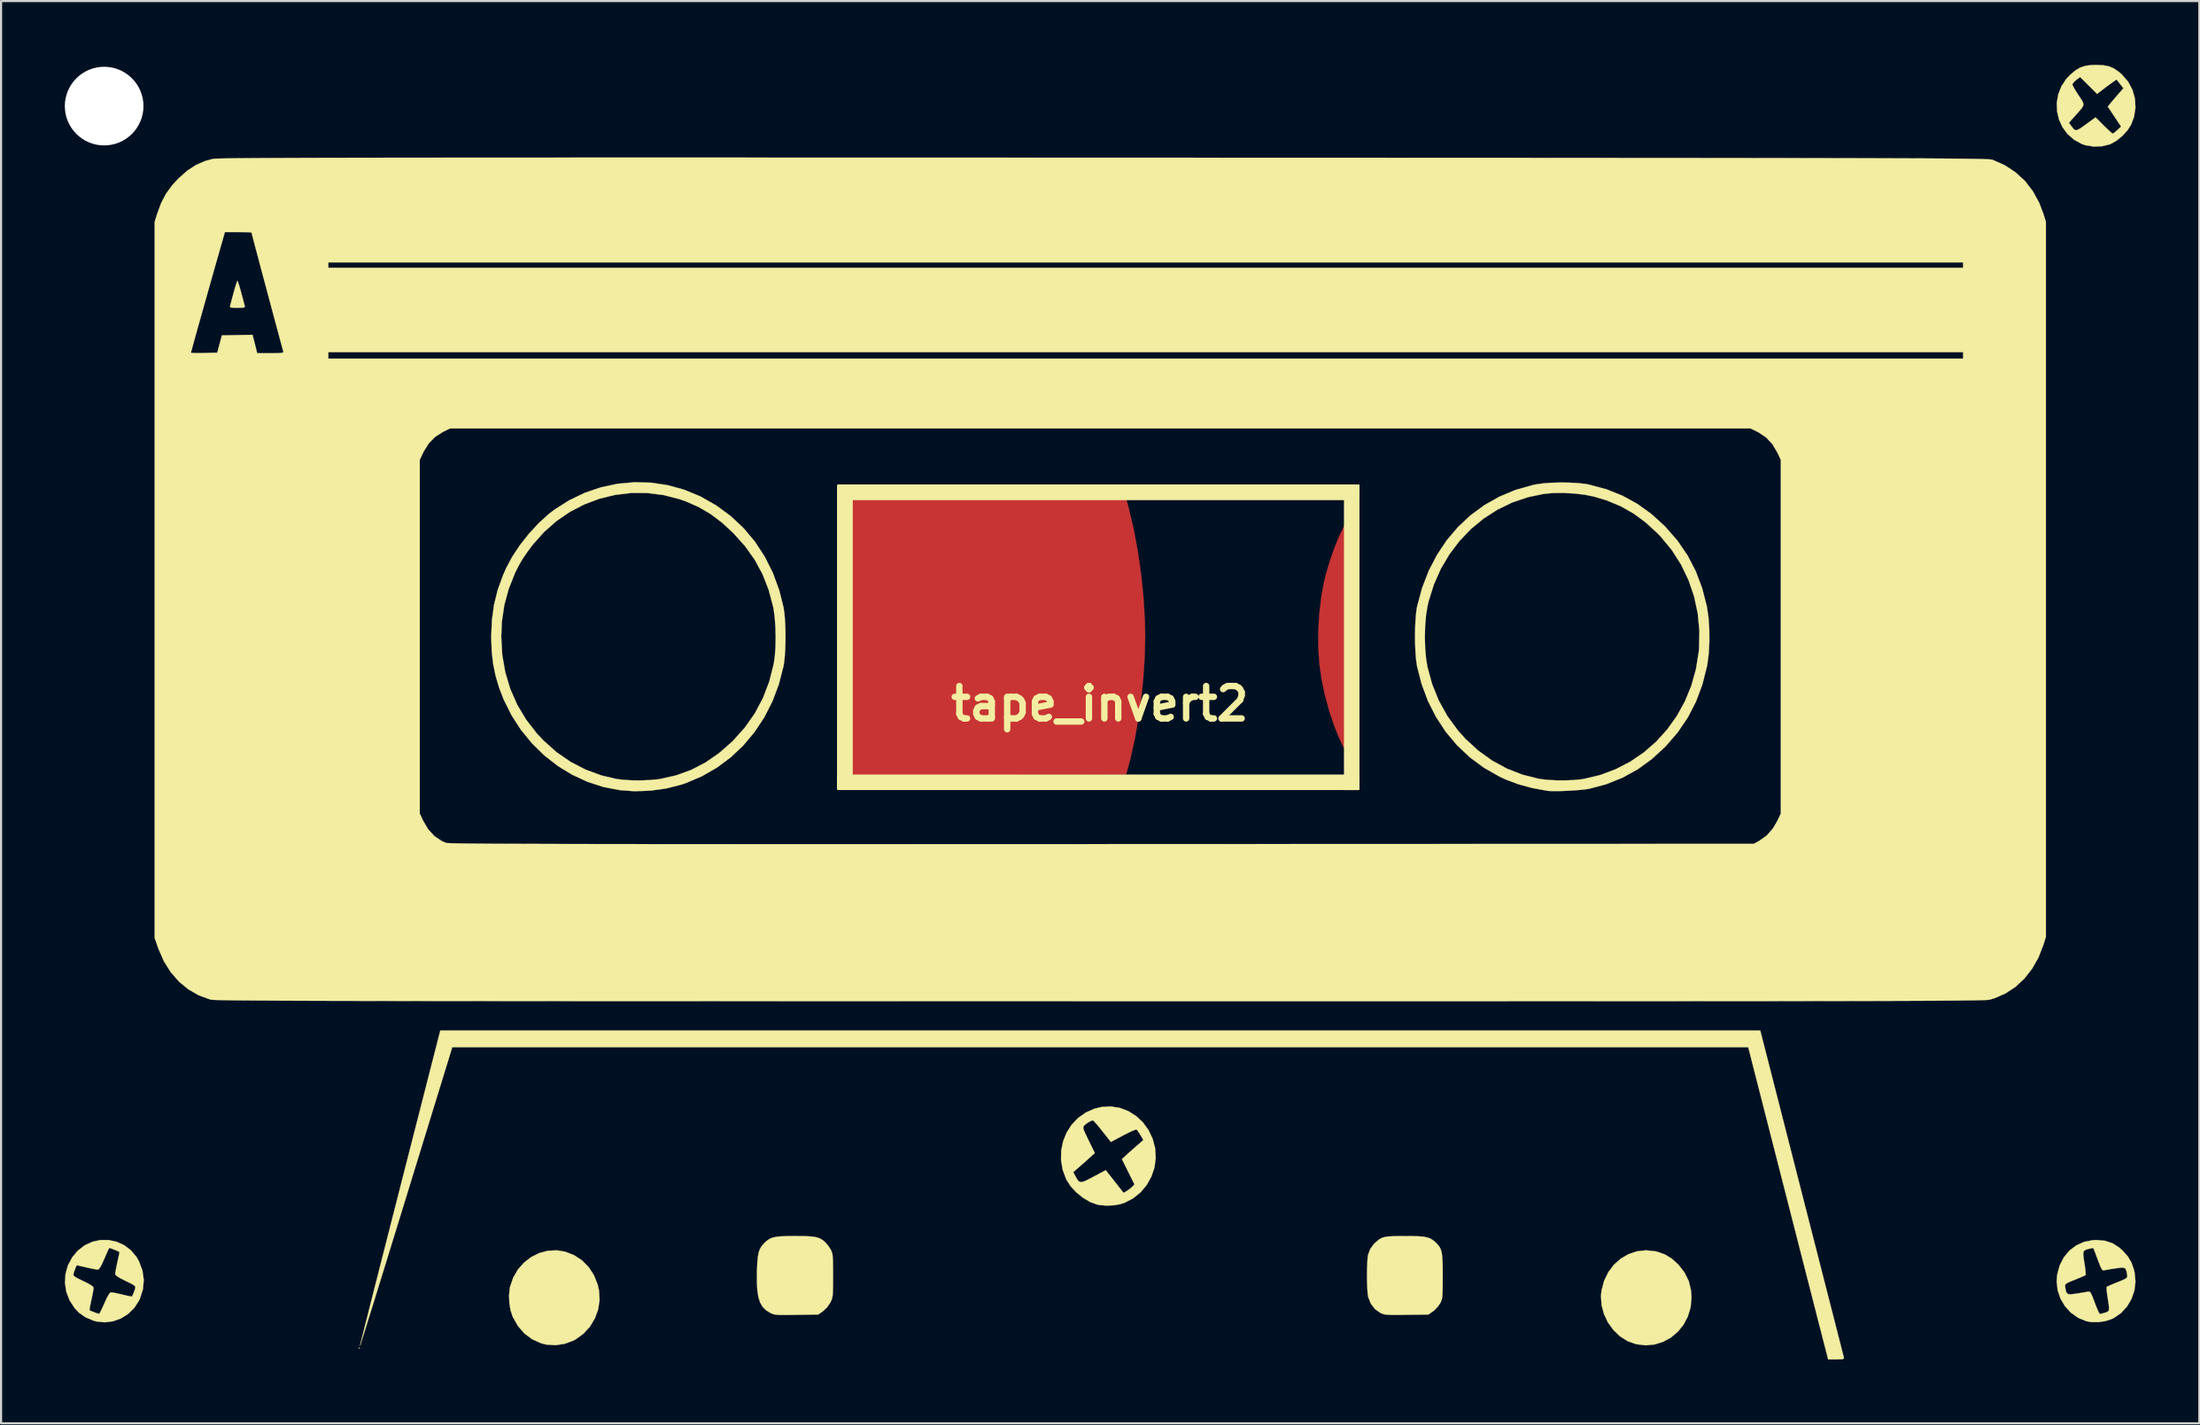
<source format=kicad_pcb>
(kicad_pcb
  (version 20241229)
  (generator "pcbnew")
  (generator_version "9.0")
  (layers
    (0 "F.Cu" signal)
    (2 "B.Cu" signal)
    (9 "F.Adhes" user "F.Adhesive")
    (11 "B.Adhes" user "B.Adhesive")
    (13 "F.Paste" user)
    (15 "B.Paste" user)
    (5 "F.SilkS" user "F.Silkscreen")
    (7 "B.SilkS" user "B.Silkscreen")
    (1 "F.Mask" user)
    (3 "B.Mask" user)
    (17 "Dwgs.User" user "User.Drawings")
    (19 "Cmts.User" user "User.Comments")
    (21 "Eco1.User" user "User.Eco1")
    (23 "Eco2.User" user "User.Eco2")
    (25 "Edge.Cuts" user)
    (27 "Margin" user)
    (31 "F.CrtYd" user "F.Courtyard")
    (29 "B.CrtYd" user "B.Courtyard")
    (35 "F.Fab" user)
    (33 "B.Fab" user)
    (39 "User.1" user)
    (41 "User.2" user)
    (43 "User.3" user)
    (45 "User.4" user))
  (footprint "tape_invert2"
    (layer "F.Cu")
    (at 48.69 30.062)
    (property "Reference" "tape_invert2" (at 0 0 0) (layer "F.SilkS") (effects (font (size 1.524 1.524) (thickness 0.3))))
    (attr through_hole)
    (fp_poly (pts (xy -5.23 -9.659) (xy 1.247 -9.646) (xy 1.362 -9.213) (xy 1.598 -8.213) (xy 1.796 -7.148) (xy 1.952 -6.045) (xy 2.064 -4.937) (xy 2.126 -3.852) (xy 2.138 -3.156) (xy 2.116 -2.23) (xy 2.054 -1.261) (xy 1.953 -0.277) (xy 1.818 0.698) (xy 1.653 1.637) (xy 1.459 2.515) (xy 1.359 2.901) (xy 1.24 3.334) (xy -5.234 3.347) (xy -11.707 3.36) (xy -11.707 -9.672) (xy -5.23 -9.659)) (stroke (width 0.01) (type solid)) (fill yes) (layer "F.Cu"))
    (fp_poly (pts (xy 11.55 -3.152) (xy 11.55 -2.426) (xy 11.55 -1.73) (xy 11.55 -1.07) (xy 11.549 -0.452) (xy 11.548 0.116) (xy 11.547 0.629) (xy 11.546 1.079) (xy 11.544 1.459) (xy 11.542 1.763) (xy 11.54 1.985) (xy 11.538 2.117) (xy 11.536 2.155) (xy 11.508 2.112) (xy 11.448 1.996) (xy 11.366 1.826) (xy 11.304 1.695) (xy 11.034 1.044) (xy 10.793 0.323) (xy 10.589 -0.434) (xy 10.432 -1.198) (xy 10.335 -1.877) (xy 10.284 -2.623) (xy 10.283 -3.421) (xy 10.331 -4.237) (xy 10.426 -5.038) (xy 10.542 -5.682) (xy 10.635 -6.065) (xy 10.76 -6.496) (xy 10.905 -6.944) (xy 11.06 -7.377) (xy 11.215 -7.764) (xy 11.323 -8) (xy 11.545 -8.458) (xy 11.55 -3.152)) (stroke (width 0.01) (type solid)) (fill yes) (layer "F.Cu"))
    (fp_poly (pts (xy 11.5 3.34) (xy -11.62 3.34) (xy -11.58 3.3) (xy -11.62 3.3) (xy -11.62 -9.58) (xy 11.5 -9.58)) (stroke (width 0.1) (type solid)) (fill yes) (layer "F.Mask"))
    (fp_poly (pts (xy -21.183 -8.579) (xy -20.987 -8.554) (xy -20.804 -8.519) (xy -20.585 -8.467) (xy -20.349 -8.405) (xy -20.118 -8.339) (xy -19.913 -8.275) (xy -19.755 -8.219) (xy -19.663 -8.177) (xy -19.648 -8.162) (xy -19.671 -8.108) (xy -19.732 -7.986) (xy -19.822 -7.817) (xy -19.881 -7.708) (xy -19.978 -7.519) (xy -20.049 -7.363) (xy -20.085 -7.261) (xy -20.085 -7.235) (xy -20.031 -7.19) (xy -19.911 -7.109) (xy -19.748 -7.007) (xy -19.687 -6.971) (xy -19.501 -6.861) (xy -19.338 -6.762) (xy -19.225 -6.693) (xy -19.208 -6.683) (xy -19.156 -6.656) (xy -19.111 -6.66) (xy -19.061 -6.709) (xy -18.991 -6.815) (xy -18.892 -6.994) (xy -18.846 -7.078) (xy -18.593 -7.545) (xy -18.228 -7.2) (xy -18.03 -7.002) (xy -17.825 -6.78) (xy -17.649 -6.573) (xy -17.608 -6.52) (xy -17.346 -6.126) (xy -17.1 -5.667) (xy -16.885 -5.174) (xy -16.712 -4.677) (xy -16.594 -4.207) (xy -16.564 -4.022) (xy -16.53 -3.767) (xy -17.561 -3.767) (xy -17.561 -2.545) (xy -16.53 -2.545) (xy -16.564 -2.29) (xy -16.687 -1.697) (xy -16.896 -1.093) (xy -17.179 -0.499) (xy -17.525 0.064) (xy -17.923 0.575) (xy -18.247 0.908) (xy -18.593 1.232) (xy -18.846 0.766) (xy -19.098 0.301) (xy -19.335 0.44) (xy -19.579 0.586) (xy -19.793 0.72) (xy -19.962 0.832) (xy -20.071 0.913) (xy -20.106 0.951) (xy -20.083 1.006) (xy -20.022 1.13) (xy -19.932 1.3) (xy -19.872 1.411) (xy -19.774 1.596) (xy -19.7 1.745) (xy -19.66 1.836) (xy -19.656 1.856) (xy -19.709 1.879) (xy -19.833 1.927) (xy -20.005 1.99) (xy -20.047 2.005) (xy -20.624 2.167) (xy -21.244 2.261) (xy -21.872 2.284) (xy -22.475 2.233) (xy -22.583 2.215) (xy -22.893 2.15) (xy -23.175 2.075) (xy -23.413 1.995) (xy -23.596 1.915) (xy -23.709 1.841) (xy -23.738 1.778) (xy -23.732 1.766) (xy -23.687 1.695) (xy -23.609 1.56) (xy -23.511 1.385) (xy -23.473 1.316) (xy -23.261 0.927) (xy -23.777 0.614) (xy -23.979 0.494) (xy -24.146 0.398) (xy -24.261 0.335) (xy -24.306 0.316) (xy -24.334 0.365) (xy -24.399 0.482) (xy -24.491 0.65) (xy -24.56 0.778) (xy -24.8 1.225) (xy -25.062 1.003) (xy -25.413 0.658) (xy -25.756 0.238) (xy -26.073 -0.235) (xy -26.348 -0.733) (xy -26.564 -1.232) (xy -26.6 -1.334) (xy -26.65 -1.499) (xy -26.707 -1.713) (xy -26.765 -1.947) (xy -26.816 -2.175) (xy -26.855 -2.368) (xy -26.875 -2.5) (xy -26.876 -2.525) (xy -26.829 -2.534) (xy -26.701 -2.54) (xy -26.515 -2.544) (xy -26.367 -2.545) (xy -25.858 -2.545) (xy -25.858 -3.767) (xy -26.877 -3.767) (xy -26.844 -3.983) (xy -26.705 -4.627) (xy -26.489 -5.259) (xy -26.206 -5.862) (xy -25.865 -6.421) (xy -25.475 -6.918) (xy -25.045 -7.336) (xy -24.985 -7.386) (xy -24.799 -7.534) (xy -24.559 -7.089) (xy -24.457 -6.899) (xy -24.374 -6.747) (xy -24.321 -6.652) (xy -24.308 -6.63) (xy -24.263 -6.65) (xy -24.148 -6.712) (xy -23.981 -6.808) (xy -23.779 -6.928) (xy -23.779 -6.928) (xy -23.261 -7.238) (xy -23.473 -7.628) (xy -23.575 -7.812) (xy -23.663 -7.966) (xy -23.723 -8.064) (xy -23.734 -8.081) (xy -23.738 -8.133) (xy -23.664 -8.192) (xy -23.55 -8.248) (xy -23.144 -8.392) (xy -22.672 -8.501) (xy -22.167 -8.571) (xy -21.66 -8.598) (xy -21.183 -8.579)) (stroke (width 0.01) (type solid)) (fill yes) (layer "F.Mask"))
    (fp_poly (pts (xy 21.976 -8.589) (xy 22.481 -8.54) (xy 22.967 -8.451) (xy 23.403 -8.326) (xy 23.593 -8.251) (xy 23.82 -8.151) (xy 23.596 -7.753) (xy 23.494 -7.569) (xy 23.412 -7.415) (xy 23.363 -7.315) (xy 23.355 -7.294) (xy 23.39 -7.252) (xy 23.491 -7.171) (xy 23.637 -7.065) (xy 23.809 -6.948) (xy 23.986 -6.832) (xy 24.149 -6.731) (xy 24.276 -6.658) (xy 24.348 -6.628) (xy 24.357 -6.629) (xy 24.384 -6.677) (xy 24.448 -6.794) (xy 24.539 -6.962) (xy 24.608 -7.089) (xy 24.849 -7.535) (xy 25.039 -7.385) (xy 25.395 -7.056) (xy 25.742 -6.647) (xy 26.066 -6.181) (xy 26.351 -5.679) (xy 26.583 -5.163) (xy 26.654 -4.969) (xy 26.703 -4.806) (xy 26.759 -4.595) (xy 26.816 -4.362) (xy 26.867 -4.136) (xy 26.906 -3.943) (xy 26.926 -3.812) (xy 26.927 -3.787) (xy 26.88 -3.778) (xy 26.752 -3.772) (xy 26.566 -3.768) (xy 26.418 -3.767) (xy 25.909 -3.767) (xy 25.909 -2.545) (xy 26.418 -2.545) (xy 26.632 -2.543) (xy 26.801 -2.538) (xy 26.905 -2.531) (xy 26.927 -2.525) (xy 26.914 -2.419) (xy 26.881 -2.243) (xy 26.833 -2.023) (xy 26.777 -1.788) (xy 26.719 -1.565) (xy 26.666 -1.381) (xy 26.651 -1.334) (xy 26.449 -0.838) (xy 26.185 -0.337) (xy 25.876 0.143) (xy 25.537 0.576) (xy 25.186 0.939) (xy 25.113 1.003) (xy 24.851 1.225) (xy 24.611 0.778) (xy 24.508 0.588) (xy 24.424 0.435) (xy 24.37 0.339) (xy 24.357 0.316) (xy 24.311 0.335) (xy 24.196 0.398) (xy 24.03 0.495) (xy 23.829 0.616) (xy 23.314 0.932) (xy 23.525 1.318) (xy 23.627 1.502) (xy 23.715 1.655) (xy 23.774 1.753) (xy 23.785 1.769) (xy 23.776 1.828) (xy 23.674 1.9) (xy 23.488 1.983) (xy 23.226 2.072) (xy 22.971 2.144) (xy 22.646 2.208) (xy 22.256 2.251) (xy 21.837 2.272) (xy 21.424 2.269) (xy 21.052 2.243) (xy 20.865 2.215) (xy 20.692 2.176) (xy 20.48 2.12) (xy 20.254 2.054) (xy 20.039 1.986) (xy 19.859 1.924) (xy 19.739 1.875) (xy 19.707 1.856) (xy 19.722 1.807) (xy 19.777 1.69) (xy 19.863 1.524) (xy 19.927 1.405) (xy 20.025 1.214) (xy 20.097 1.055) (xy 20.133 0.949) (xy 20.134 0.92) (xy 20.079 0.874) (xy 19.959 0.792) (xy 19.798 0.689) (xy 19.62 0.578) (xy 19.446 0.476) (xy 19.302 0.395) (xy 19.211 0.351) (xy 19.202 0.348) (xy 19.15 0.383) (xy 19.065 0.493) (xy 18.958 0.663) (xy 18.887 0.787) (xy 18.638 1.243) (xy 18.182 0.787) (xy 17.734 0.287) (xy 17.366 -0.238) (xy 17.077 -0.777) (xy 16.95 -1.079) (xy 16.828 -1.429) (xy 16.722 -1.788) (xy 16.644 -2.118) (xy 16.615 -2.29) (xy 16.581 -2.545) (xy 17.612 -2.545) (xy 17.612 -3.767) (xy 16.581 -3.767) (xy 16.615 -4.022) (xy 16.705 -4.471) (xy 16.856 -4.96) (xy 17.055 -5.459) (xy 17.289 -5.936) (xy 17.546 -6.362) (xy 17.659 -6.52) (xy 17.819 -6.715) (xy 18.019 -6.937) (xy 18.223 -7.146) (xy 18.278 -7.2) (xy 18.643 -7.544) (xy 18.89 -7.093) (xy 19.005 -6.897) (xy 19.104 -6.751) (xy 19.176 -6.67) (xy 19.202 -6.66) (xy 19.28 -6.695) (xy 19.415 -6.77) (xy 19.584 -6.869) (xy 19.764 -6.979) (xy 19.93 -7.085) (xy 20.06 -7.172) (xy 20.129 -7.226) (xy 20.134 -7.232) (xy 20.124 -7.295) (xy 20.073 -7.424) (xy 19.99 -7.598) (xy 19.932 -7.708) (xy 19.831 -7.894) (xy 19.753 -8.046) (xy 19.707 -8.141) (xy 19.699 -8.162) (xy 19.745 -8.194) (xy 19.87 -8.243) (xy 20.052 -8.303) (xy 20.271 -8.369) (xy 20.506 -8.434) (xy 20.737 -8.492) (xy 20.943 -8.537) (xy 21.038 -8.554) (xy 21.485 -8.595) (xy 21.976 -8.589)) (stroke (width 0.01) (type solid)) (fill yes) (layer "F.Mask"))
    (fp_poly (pts (xy -11.67 3.97) (xy -12.31 3.97) (xy -12.31 -10.27) (xy -11.67 -10.27)) (stroke (width 0.1) (type solid)) (fill yes) (layer "F.SilkS"))
    (fp_poly (pts (xy 12.16 4.01) (xy -12.31 4.01) (xy -12.31 3.38) (xy 12.16 3.38)) (stroke (width 0.1) (type solid)) (fill yes) (layer "F.SilkS"))
    (fp_poly (pts (xy 12.17 -9.63) (xy -12.26 -9.63) (xy -12.26 -10.27) (xy 12.17 -10.27)) (stroke (width 0.1) (type solid)) (fill yes) (layer "F.SilkS"))
    (fp_poly (pts (xy 12.17 4.01) (xy 11.54 4.01) (xy 11.54 -10.27) (xy 12.17 -10.27)) (stroke (width 0.1) (type solid)) (fill yes) (layer "F.SilkS"))
    (fp_poly (pts (xy -34.817 30.312) (xy -34.842 30.337) (xy -34.868 30.312) (xy -34.842 30.287) (xy -34.817 30.312)) (stroke (width 0.01) (type solid)) (fill yes) (layer "F.SilkS"))
    (fp_poly (pts (xy -40.546 -19.857) (xy -40.504 -19.732) (xy -40.449 -19.548) (xy -40.396 -19.355) (xy -40.335 -19.125) (xy -40.281 -18.925) (xy -40.242 -18.78) (xy -40.226 -18.719) (xy -40.224 -18.673) (xy -40.263 -18.646) (xy -40.362 -18.633) (xy -40.542 -18.63) (xy -40.569 -18.63) (xy -40.758 -18.632) (xy -40.866 -18.641) (xy -40.911 -18.665) (xy -40.915 -18.711) (xy -40.907 -18.745) (xy -40.807 -19.126) (xy -40.721 -19.44) (xy -40.651 -19.679) (xy -40.601 -19.835) (xy -40.572 -19.901) (xy -40.57 -19.903) (xy -40.546 -19.857)) (stroke (width 0.01) (type solid)) (fill yes) (layer "F.SilkS"))
    (fp_poly (pts (xy -25.163 25.776) (xy -24.735 25.941) (xy -24.358 26.188) (xy -24.041 26.509) (xy -23.792 26.893) (xy -23.619 27.332) (xy -23.557 27.61) (xy -23.532 28.061) (xy -23.601 28.505) (xy -23.756 28.926) (xy -23.989 29.31) (xy -24.293 29.641) (xy -24.659 29.905) (xy -24.767 29.962) (xy -25.178 30.114) (xy -25.607 30.177) (xy -26.032 30.15) (xy -26.286 30.087) (xy -26.708 29.896) (xy -27.071 29.624) (xy -27.376 29.269) (xy -27.62 28.837) (xy -27.718 28.542) (xy -27.775 28.193) (xy -27.789 27.829) (xy -27.755 27.492) (xy -27.742 27.43) (xy -27.595 26.999) (xy -27.373 26.617) (xy -27.087 26.293) (xy -26.749 26.032) (xy -26.372 25.844) (xy -25.967 25.736) (xy -25.545 25.715) (xy -25.163 25.776)) (stroke (width 0.01) (type solid)) (fill yes) (layer "F.SilkS"))
    (fp_poly (pts (xy 26.138 25.76) (xy 26.234 25.782) (xy 26.595 25.911) (xy 26.913 26.105) (xy 27.217 26.381) (xy 27.221 26.385) (xy 27.516 26.761) (xy 27.715 27.168) (xy 27.821 27.614) (xy 27.842 27.945) (xy 27.797 28.407) (xy 27.667 28.834) (xy 27.464 29.217) (xy 27.196 29.547) (xy 26.873 29.817) (xy 26.506 30.019) (xy 26.104 30.144) (xy 25.677 30.184) (xy 25.236 30.13) (xy 25.228 30.128) (xy 24.833 29.985) (xy 24.476 29.759) (xy 24.167 29.463) (xy 23.913 29.112) (xy 23.726 28.72) (xy 23.612 28.3) (xy 23.582 27.868) (xy 23.608 27.61) (xy 23.729 27.152) (xy 23.926 26.744) (xy 24.19 26.394) (xy 24.508 26.109) (xy 24.873 25.896) (xy 25.273 25.762) (xy 25.698 25.714) (xy 26.138 25.76)) (stroke (width 0.01) (type solid)) (fill yes) (layer "F.SilkS"))
    (fp_poly (pts (xy 14.746 25.047) (xy 15.038 25.057) (xy 15.262 25.078) (xy 15.434 25.114) (xy 15.57 25.168) (xy 15.687 25.244) (xy 15.797 25.339) (xy 15.903 25.446) (xy 15.985 25.55) (xy 16.045 25.667) (xy 16.086 25.81) (xy 16.113 25.997) (xy 16.128 26.241) (xy 16.135 26.558) (xy 16.136 26.917) (xy 16.135 27.274) (xy 16.133 27.545) (xy 16.127 27.746) (xy 16.116 27.893) (xy 16.098 28.001) (xy 16.073 28.085) (xy 16.039 28.163) (xy 16.017 28.204) (xy 15.9 28.373) (xy 15.743 28.533) (xy 15.682 28.581) (xy 15.466 28.734) (xy 14.439 28.748) (xy 14.088 28.753) (xy 13.823 28.753) (xy 13.627 28.75) (xy 13.484 28.74) (xy 13.379 28.723) (xy 13.294 28.698) (xy 13.215 28.663) (xy 13.191 28.651) (xy 12.946 28.474) (xy 12.755 28.224) (xy 12.636 27.925) (xy 12.627 27.889) (xy 12.603 27.714) (xy 12.587 27.465) (xy 12.577 27.167) (xy 12.574 26.847) (xy 12.579 26.532) (xy 12.591 26.248) (xy 12.61 26.021) (xy 12.627 25.917) (xy 12.729 25.652) (xy 12.906 25.406) (xy 13.131 25.21) (xy 13.257 25.14) (xy 13.348 25.105) (xy 13.454 25.08) (xy 13.594 25.062) (xy 13.784 25.052) (xy 14.042 25.047) (xy 14.369 25.045) (xy 14.746 25.047)) (stroke (width 0.01) (type solid)) (fill yes) (layer "F.SilkS"))
    (fp_poly (pts (xy -13.953 25.046) (xy -13.662 25.057) (xy -13.439 25.079) (xy -13.268 25.116) (xy -13.132 25.172) (xy -13.015 25.249) (xy -12.912 25.339) (xy -12.792 25.476) (xy -12.679 25.642) (xy -12.657 25.68) (xy -12.62 25.756) (xy -12.592 25.836) (xy -12.572 25.936) (xy -12.559 26.072) (xy -12.552 26.259) (xy -12.548 26.515) (xy -12.547 26.854) (xy -12.547 26.903) (xy -12.548 27.251) (xy -12.55 27.513) (xy -12.556 27.707) (xy -12.568 27.849) (xy -12.587 27.955) (xy -12.615 28.042) (xy -12.653 28.126) (xy -12.677 28.175) (xy -12.831 28.4) (xy -13.025 28.581) (xy -13.025 28.581) (xy -13.243 28.734) (xy -14.269 28.749) (xy -14.619 28.754) (xy -14.882 28.756) (xy -15.076 28.753) (xy -15.217 28.744) (xy -15.32 28.727) (xy -15.403 28.702) (xy -15.48 28.667) (xy -15.525 28.644) (xy -15.717 28.519) (xy -15.868 28.362) (xy -15.981 28.162) (xy -16.06 27.909) (xy -16.109 27.59) (xy -16.13 27.195) (xy -16.127 26.713) (xy -16.125 26.647) (xy -16.109 26.289) (xy -16.083 26.013) (xy -16.042 25.801) (xy -15.979 25.635) (xy -15.89 25.494) (xy -15.769 25.362) (xy -15.746 25.339) (xy -15.631 25.239) (xy -15.512 25.165) (xy -15.373 25.112) (xy -15.197 25.076) (xy -14.968 25.056) (xy -14.668 25.046) (xy -14.329 25.044) (xy -13.953 25.046)) (stroke (width 0.01) (type solid)) (fill yes) (layer "F.SilkS"))
    (fp_poly (pts (xy 0.025 15.373) (xy 31.076 15.373) (xy 33.031 23.02) (xy 33.251 23.882) (xy 33.465 24.718) (xy 33.671 25.522) (xy 33.867 26.289) (xy 34.052 27.014) (xy 34.225 27.691) (xy 34.385 28.315) (xy 34.53 28.881) (xy 34.658 29.382) (xy 34.768 29.814) (xy 34.86 30.172) (xy 34.931 30.45) (xy 34.98 30.642) (xy 35.006 30.743) (xy 35.009 30.757) (xy 35.01 30.803) (xy 34.971 30.83) (xy 34.872 30.843) (xy 34.694 30.846) (xy 34.652 30.846) (xy 34.271 30.846) (xy 34.031 29.918) (xy 33.989 29.752) (xy 33.923 29.494) (xy 33.835 29.152) (xy 33.727 28.732) (xy 33.602 28.242) (xy 33.46 27.687) (xy 33.303 27.076) (xy 33.134 26.415) (xy 32.953 25.711) (xy 32.764 24.97) (xy 32.567 24.201) (xy 32.365 23.41) (xy 32.159 22.604) (xy 32.151 22.575) (xy 30.511 16.161) (xy -30.463 16.161) (xy -32.627 23.195) (xy -32.879 24.013) (xy -33.123 24.805) (xy -33.357 25.564) (xy -33.579 26.285) (xy -33.789 26.962) (xy -33.983 27.591) (xy -34.161 28.166) (xy -34.321 28.681) (xy -34.461 29.13) (xy -34.579 29.51) (xy -34.675 29.813) (xy -34.745 30.036) (xy -34.788 30.171) (xy -34.804 30.215) (xy -34.793 30.165) (xy -34.758 30.022) (xy -34.701 29.791) (xy -34.622 29.477) (xy -34.524 29.087) (xy -34.407 28.625) (xy -34.274 28.096) (xy -34.124 27.507) (xy -33.96 26.863) (xy -33.784 26.168) (xy -33.595 25.429) (xy -33.397 24.65) (xy -33.189 23.838) (xy -32.974 22.997) (xy -32.921 22.787) (xy -31.025 15.373) (xy 0.025 15.373)) (stroke (width 0.01) (type solid)) (fill yes) (layer "F.SilkS"))
    (fp_poly (pts (xy 47.222 -30.042) (xy 47.497 -29.986) (xy 47.737 -29.879) (xy 47.974 -29.709) (xy 48.106 -29.591) (xy 48.39 -29.259) (xy 48.59 -28.88) (xy 48.703 -28.47) (xy 48.728 -28.044) (xy 48.661 -27.615) (xy 48.522 -27.246) (xy 48.351 -26.978) (xy 48.114 -26.72) (xy 47.843 -26.498) (xy 47.566 -26.34) (xy 47.517 -26.321) (xy 47.15 -26.231) (xy 46.759 -26.217) (xy 46.38 -26.278) (xy 46.209 -26.336) (xy 45.836 -26.54) (xy 45.531 -26.809) (xy 45.295 -27.129) (xy 45.2 -27.338) (xy 45.599 -27.338) (xy 45.703 -27.191) (xy 45.792 -27.071) (xy 45.866 -27.002) (xy 45.946 -26.985) (xy 46.049 -27.022) (xy 46.197 -27.115) (xy 46.399 -27.261) (xy 46.852 -27.591) (xy 47.235 -27.208) (xy 47.396 -27.051) (xy 47.531 -26.925) (xy 47.624 -26.846) (xy 47.657 -26.825) (xy 47.715 -26.857) (xy 47.816 -26.938) (xy 47.875 -26.991) (xy 48.053 -27.156) (xy 47.427 -28.097) (xy 47.548 -28.247) (xy 47.644 -28.362) (xy 47.778 -28.519) (xy 47.917 -28.679) (xy 48.163 -28.961) (xy 47.839 -29.371) (xy 47.678 -29.259) (xy 47.554 -29.17) (xy 47.386 -29.047) (xy 47.219 -28.921) (xy 46.922 -28.695) (xy 46.523 -29.092) (xy 46.123 -29.489) (xy 45.942 -29.351) (xy 45.832 -29.251) (xy 45.767 -29.163) (xy 45.761 -29.138) (xy 45.788 -29.066) (xy 45.86 -28.933) (xy 45.966 -28.759) (xy 46.048 -28.633) (xy 46.169 -28.452) (xy 46.248 -28.321) (xy 46.281 -28.218) (xy 46.264 -28.122) (xy 46.193 -28.01) (xy 46.066 -27.86) (xy 45.896 -27.671) (xy 45.599 -27.338) (xy 45.2 -27.338) (xy 45.131 -27.489) (xy 45.041 -27.873) (xy 45.027 -28.268) (xy 45.093 -28.662) (xy 45.239 -29.042) (xy 45.469 -29.392) (xy 45.642 -29.578) (xy 45.892 -29.791) (xy 46.127 -29.933) (xy 46.38 -30.016) (xy 46.681 -30.053) (xy 46.881 -30.057) (xy 47.222 -30.042)) (stroke (width 0.01) (type solid)) (fill yes) (layer "F.SilkS"))
    (fp_poly (pts (xy 0.942 19.012) (xy 1.344 19.165) (xy 1.71 19.395) (xy 2.031 19.694) (xy 2.294 20.056) (xy 2.491 20.471) (xy 2.606 20.908) (xy 2.635 21.371) (xy 2.574 21.823) (xy 2.428 22.251) (xy 2.208 22.643) (xy 1.92 22.986) (xy 1.572 23.267) (xy 1.174 23.474) (xy 0.949 23.547) (xy 0.654 23.597) (xy 0.318 23.61) (xy -0.004 23.584) (xy -0.121 23.562) (xy -0.448 23.443) (xy -0.781 23.247) (xy -1.094 22.995) (xy -1.363 22.707) (xy -1.562 22.404) (xy -1.576 22.375) (xy -1.702 22.036) (xy -1.247 22.036) (xy -1.151 22.215) (xy -1.068 22.363) (xy -0.994 22.459) (xy -0.913 22.502) (xy -0.806 22.495) (xy -0.655 22.437) (xy -0.442 22.33) (xy -0.295 22.252) (xy 0.282 21.944) (xy 0.702 22.478) (xy 1.122 23.012) (xy 1.277 22.921) (xy 1.417 22.824) (xy 1.533 22.721) (xy 1.635 22.613) (xy 1.339 22.018) (xy 1.043 21.423) (xy 1.247 21.236) (xy 1.391 21.105) (xy 1.573 20.943) (xy 1.752 20.787) (xy 2.053 20.525) (xy 1.917 20.293) (xy 1.83 20.156) (xy 1.759 20.058) (xy 1.731 20.03) (xy 1.67 20.041) (xy 1.538 20.094) (xy 1.354 20.179) (xy 1.137 20.289) (xy 1.103 20.307) (xy 0.525 20.615) (xy 0.122 20.106) (xy -0.032 19.914) (xy -0.166 19.756) (xy -0.266 19.645) (xy -0.318 19.598) (xy -0.321 19.597) (xy -0.417 19.627) (xy -0.548 19.699) (xy -0.674 19.789) (xy -0.727 19.839) (xy -0.762 19.884) (xy -0.776 19.934) (xy -0.765 20.006) (xy -0.724 20.117) (xy -0.648 20.284) (xy -0.532 20.525) (xy -0.525 20.537) (xy -0.233 21.136) (xy -0.435 21.321) (xy -0.577 21.449) (xy -0.758 21.61) (xy -0.938 21.768) (xy -0.942 21.771) (xy -1.247 22.036) (xy -1.702 22.036) (xy -1.744 21.923) (xy -1.821 21.466) (xy -1.812 21.014) (xy -1.722 20.58) (xy -1.557 20.174) (xy -1.322 19.807) (xy -1.022 19.49) (xy -0.663 19.235) (xy -0.251 19.052) (xy 0.072 18.972) (xy 0.514 18.945) (xy 0.942 19.012)) (stroke (width 0.01) (type solid)) (fill yes) (layer "F.SilkS"))
    (fp_poly (pts (xy -46.628 25.231) (xy -46.253 25.312) (xy -45.901 25.472) (xy -45.588 25.707) (xy -45.326 26.015) (xy -45.202 26.231) (xy -45.038 26.668) (xy -44.976 27.109) (xy -45.016 27.549) (xy -45.157 27.987) (xy -45.2 28.079) (xy -45.423 28.425) (xy -45.711 28.707) (xy -46.048 28.918) (xy -46.42 29.052) (xy -46.81 29.102) (xy -47.204 29.061) (xy -47.355 29.019) (xy -47.723 28.862) (xy -48.023 28.65) (xy -48.222 28.441) (xy -48.466 28.068) (xy -48.62 27.666) (xy -48.683 27.248) (xy -48.66 26.869) (xy -48.288 26.869) (xy -48.263 26.919) (xy -48.191 26.975) (xy -48.058 27.048) (xy -47.849 27.15) (xy -47.826 27.161) (xy -47.593 27.276) (xy -47.443 27.364) (xy -47.362 27.433) (xy -47.339 27.491) (xy -47.349 27.583) (xy -47.378 27.746) (xy -47.42 27.951) (xy -47.442 28.054) (xy -47.485 28.258) (xy -47.515 28.42) (xy -47.529 28.518) (xy -47.527 28.537) (xy -47.473 28.564) (xy -47.361 28.609) (xy -47.231 28.657) (xy -47.122 28.694) (xy -47.078 28.705) (xy -47.046 28.663) (xy -46.984 28.546) (xy -46.902 28.372) (xy -46.825 28.2) (xy -46.709 27.948) (xy -46.619 27.785) (xy -46.55 27.704) (xy -46.516 27.691) (xy -46.428 27.702) (xy -46.271 27.732) (xy -46.073 27.776) (xy -46.006 27.792) (xy -45.81 27.838) (xy -45.654 27.873) (xy -45.563 27.892) (xy -45.551 27.894) (xy -45.511 27.849) (xy -45.456 27.73) (xy -45.397 27.562) (xy -45.378 27.498) (xy -45.372 27.443) (xy -45.396 27.393) (xy -45.468 27.337) (xy -45.601 27.264) (xy -45.811 27.162) (xy -45.833 27.151) (xy -46.081 27.027) (xy -46.238 26.931) (xy -46.313 26.859) (xy -46.321 26.832) (xy -46.31 26.745) (xy -46.282 26.586) (xy -46.241 26.385) (xy -46.22 26.288) (xy -46.176 26.084) (xy -46.141 25.92) (xy -46.121 25.818) (xy -46.118 25.799) (xy -46.16 25.77) (xy -46.264 25.723) (xy -46.394 25.67) (xy -46.517 25.625) (xy -46.598 25.604) (xy -46.604 25.604) (xy -46.627 25.647) (xy -46.681 25.766) (xy -46.758 25.94) (xy -46.832 26.113) (xy -46.941 26.357) (xy -47.026 26.515) (xy -47.092 26.6) (xy -47.141 26.622) (xy -47.231 26.61) (xy -47.39 26.581) (xy -47.591 26.538) (xy -47.67 26.52) (xy -47.866 26.474) (xy -48.021 26.439) (xy -48.111 26.42) (xy -48.123 26.418) (xy -48.152 26.461) (xy -48.198 26.57) (xy -48.249 26.711) (xy -48.281 26.814) (xy -48.288 26.869) (xy -48.66 26.869) (xy -48.658 26.829) (xy -48.544 26.423) (xy -48.342 26.044) (xy -48.081 25.732) (xy -47.753 25.478) (xy -47.392 25.311) (xy -47.012 25.229) (xy -46.628 25.231)) (stroke (width 0.01) (type solid)) (fill yes) (layer "F.SilkS"))
    (fp_poly (pts (xy 47.287 25.264) (xy 47.642 25.379) (xy 47.963 25.582) (xy 48.123 25.725) (xy 48.37 26.002) (xy 48.541 26.292) (xy 48.658 26.63) (xy 48.689 26.767) (xy 48.729 27.19) (xy 48.678 27.606) (xy 48.543 28.001) (xy 48.332 28.358) (xy 48.053 28.662) (xy 47.715 28.897) (xy 47.62 28.944) (xy 47.318 29.043) (xy 46.978 29.093) (xy 46.644 29.09) (xy 46.419 29.049) (xy 46.03 28.889) (xy 45.692 28.649) (xy 45.413 28.345) (xy 45.203 27.989) (xy 45.069 27.596) (xy 45.048 27.41) (xy 45.416 27.41) (xy 45.43 27.496) (xy 45.462 27.645) (xy 45.505 27.736) (xy 45.579 27.778) (xy 45.705 27.782) (xy 45.906 27.758) (xy 45.973 27.747) (xy 46.183 27.715) (xy 46.365 27.684) (xy 46.486 27.662) (xy 46.505 27.658) (xy 46.555 27.656) (xy 46.6 27.686) (xy 46.649 27.765) (xy 46.711 27.908) (xy 46.795 28.129) (xy 46.81 28.17) (xy 46.893 28.385) (xy 46.967 28.558) (xy 47.024 28.673) (xy 47.053 28.708) (xy 47.127 28.695) (xy 47.255 28.661) (xy 47.295 28.65) (xy 47.387 28.619) (xy 47.448 28.581) (xy 47.48 28.518) (xy 47.485 28.413) (xy 47.468 28.247) (xy 47.43 28.003) (xy 47.417 27.92) (xy 47.388 27.716) (xy 47.372 27.551) (xy 47.373 27.45) (xy 47.379 27.432) (xy 47.44 27.4) (xy 47.572 27.342) (xy 47.75 27.268) (xy 47.822 27.239) (xy 48.056 27.145) (xy 48.21 27.077) (xy 48.3 27.022) (xy 48.34 26.968) (xy 48.345 26.902) (xy 48.331 26.817) (xy 48.299 26.667) (xy 48.256 26.576) (xy 48.182 26.534) (xy 48.056 26.53) (xy 47.856 26.555) (xy 47.788 26.565) (xy 47.578 26.597) (xy 47.397 26.628) (xy 47.276 26.65) (xy 47.257 26.654) (xy 47.207 26.656) (xy 47.161 26.624) (xy 47.111 26.542) (xy 47.048 26.396) (xy 46.962 26.17) (xy 46.956 26.154) (xy 46.876 25.941) (xy 46.809 25.765) (xy 46.763 25.648) (xy 46.746 25.609) (xy 46.693 25.61) (xy 46.575 25.635) (xy 46.5 25.654) (xy 46.393 25.687) (xy 46.322 25.728) (xy 46.283 25.793) (xy 46.273 25.899) (xy 46.288 26.065) (xy 46.325 26.308) (xy 46.343 26.418) (xy 46.371 26.617) (xy 46.386 26.775) (xy 46.385 26.868) (xy 46.38 26.881) (xy 46.32 26.913) (xy 46.189 26.97) (xy 46.012 27.044) (xy 45.939 27.073) (xy 45.705 27.167) (xy 45.551 27.235) (xy 45.461 27.29) (xy 45.421 27.344) (xy 45.416 27.41) (xy 45.048 27.41) (xy 45.021 27.179) (xy 45.045 26.868) (xy 45.161 26.431) (xy 45.355 26.05) (xy 45.617 25.732) (xy 45.939 25.485) (xy 46.312 25.317) (xy 46.728 25.236) (xy 46.881 25.229) (xy 47.287 25.264)) (stroke (width 0.01) (type solid)) (fill yes) (layer "F.SilkS"))
    (fp_poly (pts (xy -21.115 -10.402) (xy -20.331 -10.286) (xy -19.561 -10.074) (xy -18.812 -9.766) (xy -18.767 -9.744) (xy -18.03 -9.324) (xy -17.357 -8.828) (xy -16.752 -8.259) (xy -16.219 -7.622) (xy -15.761 -6.922) (xy -15.38 -6.162) (xy -15.081 -5.348) (xy -14.881 -4.554) (xy -14.834 -4.242) (xy -14.803 -3.857) (xy -14.787 -3.427) (xy -14.785 -2.98) (xy -14.798 -2.544) (xy -14.826 -2.148) (xy -14.869 -1.817) (xy -14.881 -1.758) (xy -15.099 -0.911) (xy -15.401 -0.111) (xy -15.783 0.637) (xy -16.239 1.328) (xy -16.765 1.956) (xy -17.356 2.516) (xy -18.008 3.002) (xy -18.716 3.409) (xy -19.476 3.733) (xy -19.701 3.808) (xy -20.398 3.985) (xy -21.135 4.087) (xy -21.88 4.114) (xy -22.568 4.065) (xy -23.35 3.915) (xy -24.103 3.67) (xy -24.823 3.337) (xy -25.501 2.922) (xy -26.131 2.43) (xy -26.707 1.867) (xy -27.222 1.238) (xy -27.668 0.55) (xy -28.039 -0.192) (xy -28.259 -0.762) (xy -28.425 -1.323) (xy -28.539 -1.877) (xy -28.604 -2.457) (xy -28.627 -3.095) (xy -28.628 -3.156) (xy -28.159 -3.156) (xy -28.111 -2.301) (xy -27.968 -1.48) (xy -27.732 -0.695) (xy -27.404 0.049) (xy -26.985 0.749) (xy -26.478 1.401) (xy -26.166 1.734) (xy -25.553 2.279) (xy -24.891 2.735) (xy -24.184 3.101) (xy -23.436 3.374) (xy -22.757 3.535) (xy -22.419 3.578) (xy -22.017 3.602) (xy -21.587 3.606) (xy -21.164 3.589) (xy -20.784 3.553) (xy -20.687 3.539) (xy -19.931 3.369) (xy -19.219 3.111) (xy -18.545 2.761) (xy -17.905 2.318) (xy -17.293 1.779) (xy -17.249 1.735) (xy -16.692 1.113) (xy -16.224 0.446) (xy -15.844 -0.271) (xy -15.55 -1.04) (xy -15.339 -1.867) (xy -15.338 -1.87) (xy -15.286 -2.233) (xy -15.255 -2.665) (xy -15.246 -3.134) (xy -15.258 -3.609) (xy -15.29 -4.06) (xy -15.343 -4.455) (xy -15.365 -4.568) (xy -15.577 -5.364) (xy -15.863 -6.095) (xy -16.231 -6.775) (xy -16.685 -7.414) (xy -17.23 -8.022) (xy -17.763 -8.517) (xy -18.301 -8.923) (xy -18.861 -9.253) (xy -19.465 -9.52) (xy -19.763 -9.625) (xy -20.518 -9.819) (xy -21.282 -9.917) (xy -22.046 -9.919) (xy -22.8 -9.828) (xy -23.538 -9.648) (xy -24.249 -9.381) (xy -24.927 -9.029) (xy -25.561 -8.596) (xy -26.144 -8.083) (xy -26.666 -7.494) (xy -26.695 -7.458) (xy -26.946 -7.121) (xy -27.146 -6.826) (xy -27.314 -6.542) (xy -27.469 -6.237) (xy -27.512 -6.145) (xy -27.809 -5.399) (xy -28.014 -4.644) (xy -28.129 -3.861) (xy -28.159 -3.156) (xy -28.628 -3.156) (xy -28.596 -3.935) (xy -28.496 -4.66) (xy -28.323 -5.358) (xy -28.071 -6.054) (xy -27.929 -6.378) (xy -27.641 -6.918) (xy -27.276 -7.468) (xy -26.855 -8.001) (xy -26.397 -8.496) (xy -25.923 -8.927) (xy -25.661 -9.129) (xy -24.963 -9.572) (xy -24.23 -9.924) (xy -23.471 -10.183) (xy -22.693 -10.35) (xy -21.906 -10.423) (xy -21.115 -10.402)) (stroke (width 0.01) (type solid)) (fill yes) (layer "F.SilkS"))
    (fp_poly (pts (xy 22.096 -10.404) (xy 22.508 -10.382) (xy 22.866 -10.341) (xy 23.008 -10.315) (xy 23.822 -10.098) (xy 24.581 -9.796) (xy 25.289 -9.408) (xy 25.954 -8.93) (xy 26.581 -8.359) (xy 26.619 -8.32) (xy 27.18 -7.675) (xy 27.653 -6.984) (xy 28.039 -6.241) (xy 28.341 -5.444) (xy 28.561 -4.588) (xy 28.567 -4.557) (xy 28.641 -4.056) (xy 28.679 -3.497) (xy 28.682 -2.917) (xy 28.65 -2.351) (xy 28.583 -1.837) (xy 28.567 -1.755) (xy 28.35 -0.899) (xy 28.052 -0.102) (xy 27.669 0.642) (xy 27.199 1.336) (xy 26.639 1.986) (xy 26.612 2.015) (xy 25.984 2.594) (xy 25.313 3.081) (xy 24.598 3.476) (xy 23.836 3.782) (xy 23.033 3.997) (xy 22.835 4.028) (xy 22.569 4.055) (xy 22.261 4.079) (xy 21.938 4.096) (xy 21.624 4.106) (xy 21.346 4.108) (xy 21.13 4.101) (xy 21.048 4.092) (xy 20.328 3.959) (xy 19.679 3.781) (xy 19.078 3.553) (xy 18.818 3.431) (xy 18.086 3.016) (xy 17.417 2.522) (xy 16.814 1.955) (xy 16.281 1.32) (xy 15.822 0.621) (xy 15.439 -0.136) (xy 15.138 -0.947) (xy 14.931 -1.758) (xy 14.886 -2.059) (xy 14.855 -2.431) (xy 14.838 -2.847) (xy 14.836 -3.141) (xy 15.296 -3.141) (xy 15.31 -2.621) (xy 15.352 -2.136) (xy 15.415 -1.744) (xy 15.641 -0.919) (xy 15.954 -0.146) (xy 16.355 0.576) (xy 16.843 1.245) (xy 17.209 1.653) (xy 17.807 2.202) (xy 18.455 2.668) (xy 19.147 3.046) (xy 19.874 3.332) (xy 20.629 3.523) (xy 20.717 3.539) (xy 21.058 3.58) (xy 21.459 3.602) (xy 21.884 3.605) (xy 22.295 3.59) (xy 22.657 3.555) (xy 22.768 3.538) (xy 23.544 3.353) (xy 24.278 3.078) (xy 24.967 2.72) (xy 25.604 2.285) (xy 26.184 1.777) (xy 26.702 1.204) (xy 27.154 0.571) (xy 27.532 -0.116) (xy 27.833 -0.85) (xy 28.051 -1.627) (xy 28.181 -2.44) (xy 28.195 -2.591) (xy 28.213 -3.429) (xy 28.135 -4.252) (xy 27.963 -5.052) (xy 27.7 -5.822) (xy 27.348 -6.552) (xy 26.911 -7.237) (xy 26.391 -7.867) (xy 26.242 -8.022) (xy 25.683 -8.534) (xy 25.11 -8.956) (xy 24.506 -9.297) (xy 23.851 -9.568) (xy 23.25 -9.749) (xy 22.821 -9.835) (xy 22.333 -9.893) (xy 21.824 -9.921) (xy 21.332 -9.916) (xy 20.915 -9.879) (xy 20.143 -9.721) (xy 19.406 -9.47) (xy 18.71 -9.133) (xy 18.061 -8.715) (xy 17.464 -8.223) (xy 16.926 -7.661) (xy 16.453 -7.036) (xy 16.049 -6.353) (xy 15.722 -5.618) (xy 15.477 -4.836) (xy 15.418 -4.581) (xy 15.35 -4.154) (xy 15.309 -3.663) (xy 15.296 -3.141) (xy 14.836 -3.141) (xy 14.835 -3.283) (xy 14.845 -3.711) (xy 14.869 -4.104) (xy 14.907 -4.437) (xy 14.933 -4.581) (xy 15.165 -5.442) (xy 15.476 -6.251) (xy 15.865 -7.002) (xy 16.325 -7.691) (xy 16.853 -8.314) (xy 17.445 -8.867) (xy 18.097 -9.346) (xy 18.804 -9.745) (xy 19.561 -10.061) (xy 20.366 -10.289) (xy 20.503 -10.318) (xy 20.831 -10.366) (xy 21.226 -10.397) (xy 21.658 -10.41) (xy 22.096 -10.404)) (stroke (width 0.01) (type solid)) (fill yes) (layer "F.SilkS"))
    (fp_poly (pts (xy -18.511 -25.697) (xy -16.726 -25.697) (xy -14.854 -25.696) (xy -12.893 -25.696) (xy -10.842 -25.696) (xy -8.698 -25.695) (xy -6.46 -25.695) (xy -4.126 -25.694) (xy -1.693 -25.693) (xy 0.189 -25.693) (xy 2.664 -25.692) (xy 5.039 -25.691) (xy 7.316 -25.69) (xy 9.498 -25.69) (xy 11.587 -25.689) (xy 13.584 -25.688) (xy 15.491 -25.687) (xy 17.311 -25.686) (xy 19.045 -25.686) (xy 20.697 -25.685) (xy 22.267 -25.684) (xy 23.758 -25.683) (xy 25.171 -25.682) (xy 26.51 -25.681) (xy 27.776 -25.68) (xy 28.97 -25.679) (xy 30.096 -25.678) (xy 31.155 -25.676) (xy 32.149 -25.675) (xy 33.08 -25.674) (xy 33.951 -25.672) (xy 34.763 -25.671) (xy 35.518 -25.669) (xy 36.219 -25.667) (xy 36.867 -25.665) (xy 37.465 -25.663) (xy 38.015 -25.661) (xy 38.518 -25.659) (xy 38.977 -25.657) (xy 39.394 -25.654) (xy 39.771 -25.652) (xy 40.109 -25.649) (xy 40.412 -25.646) (xy 40.68 -25.643) (xy 40.917 -25.64) (xy 41.124 -25.637) (xy 41.303 -25.634) (xy 41.456 -25.63) (xy 41.586 -25.626) (xy 41.694 -25.622) (xy 41.782 -25.618) (xy 41.853 -25.614) (xy 41.908 -25.609) (xy 41.95 -25.605) (xy 41.981 -25.6) (xy 42.002 -25.595) (xy 42.008 -25.593) (xy 42.582 -25.337) (xy 43.091 -25.002) (xy 43.533 -24.593) (xy 43.905 -24.111) (xy 44.205 -23.56) (xy 44.394 -23.059) (xy 44.514 -22.677) (xy 44.514 10.969) (xy 44.394 11.351) (xy 44.164 11.94) (xy 43.864 12.469) (xy 43.5 12.932) (xy 43.079 13.322) (xy 42.607 13.632) (xy 42.091 13.856) (xy 41.869 13.921) (xy 41.843 13.925) (xy 41.802 13.93) (xy 41.742 13.934) (xy 41.663 13.938) (xy 41.563 13.942) (xy 41.438 13.946) (xy 41.287 13.949) (xy 41.109 13.953) (xy 40.901 13.956) (xy 40.661 13.959) (xy 40.387 13.962) (xy 40.077 13.965) (xy 39.73 13.967) (xy 39.342 13.97) (xy 38.912 13.972) (xy 38.439 13.974) (xy 37.919 13.976) (xy 37.351 13.978) (xy 36.733 13.98) (xy 36.064 13.982) (xy 35.34 13.983) (xy 34.56 13.985) (xy 33.722 13.986) (xy 32.824 13.987) (xy 31.863 13.989) (xy 30.839 13.99) (xy 29.748 13.99) (xy 28.589 13.991) (xy 27.36 13.992) (xy 26.059 13.993) (xy 24.684 13.993) (xy 23.232 13.994) (xy 21.702 13.994) (xy 20.091 13.994) (xy 18.399 13.995) (xy 16.622 13.995) (xy 14.758 13.995) (xy 12.806 13.995) (xy 10.764 13.995) (xy 8.63 13.995) (xy 6.401 13.995) (xy 4.075 13.995) (xy 1.651 13.995) (xy 0.002 13.995) (xy -2.493 13.994) (xy -4.888 13.994) (xy -7.185 13.994) (xy -9.387 13.994) (xy -11.494 13.993) (xy -13.51 13.993) (xy -15.436 13.992) (xy -17.275 13.992) (xy -19.027 13.991) (xy -20.696 13.991) (xy -22.283 13.99) (xy -23.79 13.99) (xy -25.219 13.989) (xy -26.573 13.988) (xy -27.852 13.987) (xy -29.06 13.986) (xy -30.198 13.985) (xy -31.268 13.984) (xy -32.273 13.983) (xy -33.214 13.981) (xy -34.093 13.98) (xy -34.912 13.978) (xy -35.673 13.977) (xy -36.378 13.975) (xy -37.03 13.973) (xy -37.63 13.971) (xy -38.18 13.969) (xy -38.682 13.967) (xy -39.139 13.964) (xy -39.552 13.962) (xy -39.922 13.959) (xy -40.254 13.957) (xy -40.547 13.954) (xy -40.804 13.951) (xy -41.028 13.947) (xy -41.22 13.944) (xy -41.382 13.941) (xy -41.517 13.937) (xy -41.625 13.933) (xy -41.71 13.929) (xy -41.773 13.925) (xy -41.816 13.921) (xy -41.841 13.916) (xy -42.384 13.719) (xy -42.88 13.434) (xy -43.324 13.067) (xy -43.71 12.624) (xy -44.032 12.109) (xy -44.286 11.529) (xy -44.294 11.504) (xy -44.463 11.02) (xy -44.463 -11.478) (xy -31.992 -11.478) (xy -31.992 5.167) (xy -31.832 5.504) (xy -31.593 5.909) (xy -31.301 6.227) (xy -30.956 6.459) (xy -30.751 6.547) (xy -30.722 6.552) (xy -30.662 6.556) (xy -30.569 6.56) (xy -30.439 6.564) (xy -30.272 6.568) (xy -30.064 6.572) (xy -29.815 6.575) (xy -29.52 6.578) (xy -29.179 6.581) (xy -28.79 6.584) (xy -28.35 6.587) (xy -27.856 6.589) (xy -27.308 6.591) (xy -26.702 6.593) (xy -26.036 6.595) (xy -25.309 6.597) (xy -24.519 6.598) (xy -23.662 6.6) (xy -22.737 6.601) (xy -21.742 6.602) (xy -20.675 6.603) (xy -19.533 6.603) (xy -18.315 6.604) (xy -17.018 6.605) (xy -15.64 6.605) (xy -14.178 6.605) (xy -12.632 6.605) (xy -10.998 6.605) (xy -9.275 6.605) (xy -7.46 6.604) (xy -5.551 6.604) (xy -3.546 6.604) (xy -1.443 6.603) (xy 0.102 6.602) (xy 30.77 6.592) (xy 31.039 6.443) (xy 31.384 6.194) (xy 31.674 5.863) (xy 31.882 5.507) (xy 32.043 5.167) (xy 32.043 -11.478) (xy 31.882 -11.818) (xy 31.647 -12.214) (xy 31.355 -12.528) (xy 30.999 -12.767) (xy 30.956 -12.789) (xy 30.62 -12.955) (xy -30.569 -12.955) (xy -30.905 -12.789) (xy -31.268 -12.558) (xy -31.567 -12.253) (xy -31.807 -11.867) (xy -31.831 -11.818) (xy -31.992 -11.478) (xy -44.463 -11.478) (xy -44.463 -16.517) (xy -42.758 -16.517) (xy -42.71 -16.507) (xy -42.58 -16.501) (xy -42.388 -16.5) (xy -42.152 -16.503) (xy -42.139 -16.503) (xy -41.52 -16.518) (xy -41.41 -16.925) (xy -41.301 -17.332) (xy -40.581 -17.346) (xy -39.861 -17.36) (xy -39.81 -17.168) (xy -39.765 -16.994) (xy -39.715 -16.794) (xy -39.7 -16.734) (xy -39.64 -16.492) (xy -39.012 -16.492) (xy -38.738 -16.495) (xy -38.553 -16.503) (xy -38.447 -16.518) (xy -38.406 -16.542) (xy -38.406 -16.543) (xy -36.293 -16.543) (xy -36.293 -16.238) (xy 40.62 -16.238) (xy 40.62 -16.543) (xy -36.293 -16.543) (xy -38.406 -16.543) (xy -38.406 -16.556) (xy -38.423 -16.617) (xy -38.464 -16.765) (xy -38.524 -16.988) (xy -38.602 -17.277) (xy -38.694 -17.62) (xy -38.798 -18.007) (xy -38.911 -18.427) (xy -39.029 -18.869) (xy -39.151 -19.323) (xy -39.272 -19.778) (xy -39.391 -20.223) (xy -39.505 -20.647) (xy -39.537 -20.768) (xy -36.293 -20.768) (xy -36.293 -20.513) (xy 40.62 -20.513) (xy 40.62 -20.768) (xy -36.293 -20.768) (xy -39.537 -20.768) (xy -39.609 -21.041) (xy -39.703 -21.392) (xy -39.782 -21.691) (xy -39.844 -21.927) (xy -39.886 -22.089) (xy -39.906 -22.166) (xy -39.907 -22.171) (xy -39.955 -22.18) (xy -40.085 -22.187) (xy -40.278 -22.191) (xy -40.514 -22.193) (xy -40.533 -22.193) (xy -41.159 -22.193) (xy -41.505 -20.984) (xy -41.626 -20.559) (xy -41.754 -20.108) (xy -41.885 -19.644) (xy -42.017 -19.176) (xy -42.147 -18.715) (xy -42.272 -18.271) (xy -42.389 -17.855) (xy -42.495 -17.476) (xy -42.587 -17.146) (xy -42.662 -16.875) (xy -42.717 -16.673) (xy -42.75 -16.55) (xy -42.758 -16.517) (xy -44.463 -16.517) (xy -44.463 -22.677) (xy -44.343 -23.059) (xy -44.159 -23.558) (xy -43.933 -23.991) (xy -43.646 -24.387) (xy -43.345 -24.714) (xy -42.941 -25.073) (xy -42.534 -25.342) (xy -42.106 -25.532) (xy -41.732 -25.634) (xy -41.7 -25.638) (xy -41.647 -25.643) (xy -41.571 -25.647) (xy -41.468 -25.65) (xy -41.338 -25.654) (xy -41.179 -25.657) (xy -40.988 -25.661) (xy -40.763 -25.664) (xy -40.503 -25.667) (xy -40.206 -25.67) (xy -39.869 -25.672) (xy -39.49 -25.675) (xy -39.069 -25.677) (xy -38.602 -25.679) (xy -38.088 -25.681) (xy -37.525 -25.683) (xy -36.91 -25.685) (xy -36.242 -25.687) (xy -35.52 -25.688) (xy -34.74 -25.69) (xy -33.901 -25.691) (xy -33.001 -25.692) (xy -32.038 -25.693) (xy -31.01 -25.694) (xy -29.915 -25.695) (xy -28.751 -25.695) (xy -27.517 -25.696) (xy -26.209 -25.696) (xy -24.827 -25.697) (xy -23.368 -25.697) (xy -21.831 -25.697) (xy -20.212 -25.697) (xy -18.511 -25.697)) (stroke (width 0.01) (type solid)) (fill yes) (layer "F.SilkS"))
    (pad "" np_thru_hole circle (at -46.84 -28.12) (size 3.7 3.7) (drill 3.7) (layers "*.Cu" "*.Mask")))
  (gr_rect
    (start -3 -3)
    (end 100.424 63.914)
    (stroke (width 0.1) (type default))
    (fill no)
    (layer "Edge.Cuts")))
</source>
